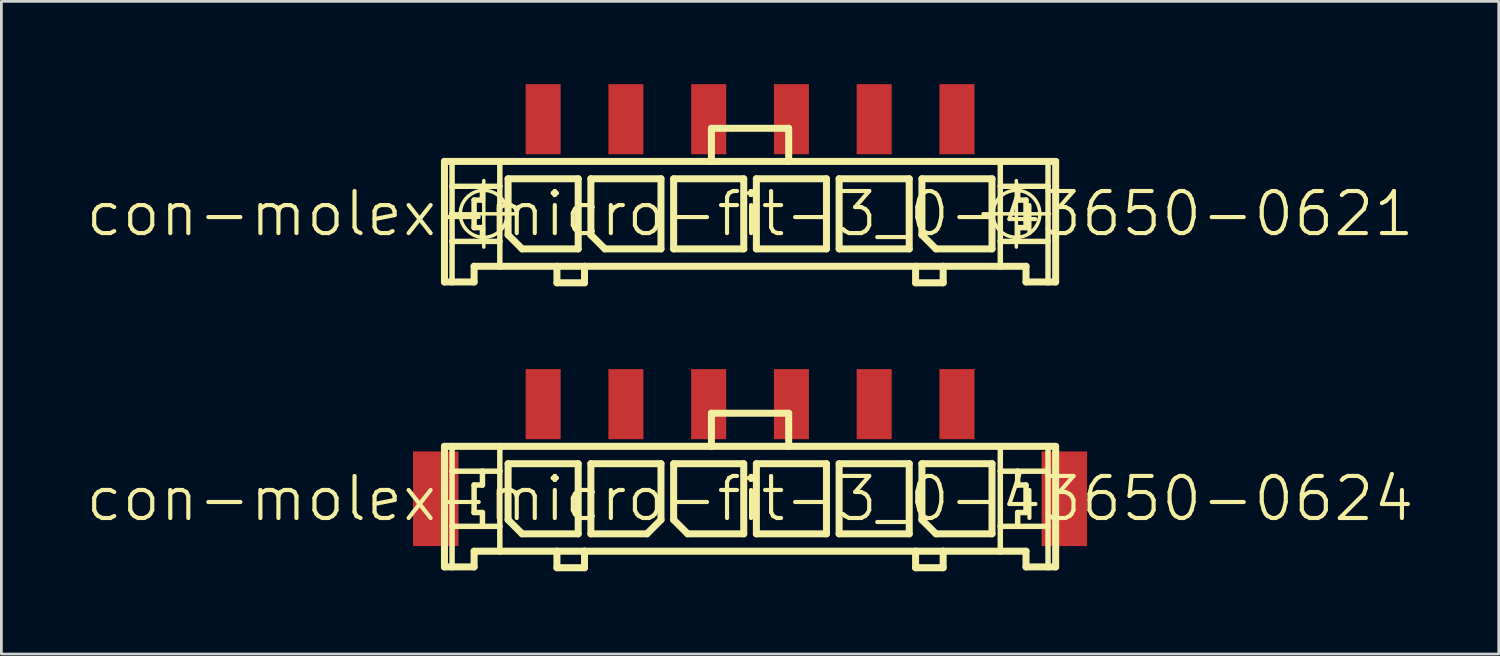
<source format=kicad_pcb>
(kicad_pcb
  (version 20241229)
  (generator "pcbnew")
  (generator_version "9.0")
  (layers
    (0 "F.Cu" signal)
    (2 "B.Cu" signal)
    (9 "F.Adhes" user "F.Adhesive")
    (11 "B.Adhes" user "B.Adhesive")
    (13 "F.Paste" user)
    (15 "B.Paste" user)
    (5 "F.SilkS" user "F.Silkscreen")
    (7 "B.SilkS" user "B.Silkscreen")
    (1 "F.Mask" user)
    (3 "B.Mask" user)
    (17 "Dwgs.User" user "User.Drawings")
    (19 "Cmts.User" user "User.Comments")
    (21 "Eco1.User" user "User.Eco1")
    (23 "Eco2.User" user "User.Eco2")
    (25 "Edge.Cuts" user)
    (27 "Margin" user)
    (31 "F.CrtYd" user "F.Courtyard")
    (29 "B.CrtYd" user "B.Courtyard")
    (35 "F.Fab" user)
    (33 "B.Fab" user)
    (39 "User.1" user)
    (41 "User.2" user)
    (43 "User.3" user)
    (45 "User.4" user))
  (footprint "con-molex-micro-fit-3_0-43650-0624"
    (layer "F.Cu")
    (at 24.13 15.024)
    (property "Reference" "con-molex-micro-fit-3_0-43650-0624" (at 0 0 0) (layer "F.SilkS") (effects (font (size 1.524 1.524) (thickness 0.15))))
    (attr smd)
    (fp_line (start -11.074 -1.9) (end -10.798 -1.9) (stroke (width 0.254) (type solid)) (layer "F.SilkS"))
    (fp_line (start -11.074 2.469) (end -11.074 -1.9) (stroke (width 0.254) (type solid)) (layer "F.SilkS"))
    (fp_line (start -10.798 -1.9) (end -9.068 -1.9) (stroke (width 0.254) (type solid)) (layer "F.SilkS"))
    (fp_line (start -10.798 -0.998) (end -10.798 -1.9) (stroke (width 0.198) (type solid)) (layer "F.SilkS"))
    (fp_line (start -10.798 0.998) (end -10.798 -0.998) (stroke (width 0.198) (type solid)) (layer "F.SilkS"))
    (fp_line (start -10.798 2.469) (end -11.074 2.469) (stroke (width 0.254) (type solid)) (layer "F.SilkS"))
    (fp_line (start -10.798 2.469) (end -10.798 0.998) (stroke (width 0.198) (type solid)) (layer "F.SilkS"))
    (fp_line (start -10 -0.498) (end -10 0.498) (stroke (width 0.198) (type solid)) (layer "F.SilkS"))
    (fp_line (start -10 0.498) (end -9.698 0.498) (stroke (width 0.198) (type solid)) (layer "F.SilkS"))
    (fp_line (start -10 1.9) (end -10 2.469) (stroke (width 0.254) (type solid)) (layer "F.SilkS"))
    (fp_line (start -10 2.469) (end -10.798 2.469) (stroke (width 0.254) (type solid)) (layer "F.SilkS"))
    (fp_line (start -9.698 -0.998) (end -10.798 -0.998) (stroke (width 0.198) (type solid)) (layer "F.SilkS"))
    (fp_line (start -9.698 -0.998) (end -9.698 -0.498) (stroke (width 0.198) (type solid)) (layer "F.SilkS"))
    (fp_line (start -9.698 -0.498) (end -10 -0.498) (stroke (width 0.198) (type solid)) (layer "F.SilkS"))
    (fp_line (start -9.698 0.498) (end -9.698 0.998) (stroke (width 0.198) (type solid)) (layer "F.SilkS"))
    (fp_line (start -9.698 0.998) (end -10.798 0.998) (stroke (width 0.198) (type solid)) (layer "F.SilkS"))
    (fp_line (start -9.068 -1.9) (end -1.4 -1.9) (stroke (width 0.254) (type solid)) (layer "F.SilkS"))
    (fp_line (start -9.068 -0.998) (end -9.698 -0.998) (stroke (width 0.198) (type solid)) (layer "F.SilkS"))
    (fp_line (start -9.068 -0.998) (end -9.068 -1.9) (stroke (width 0.198) (type solid)) (layer "F.SilkS"))
    (fp_line (start -9.068 0.998) (end -9.698 0.998) (stroke (width 0.198) (type solid)) (layer "F.SilkS"))
    (fp_line (start -9.068 0.998) (end -9.068 -0.998) (stroke (width 0.198) (type solid)) (layer "F.SilkS"))
    (fp_line (start -9.068 1.9) (end -10 1.9) (stroke (width 0.254) (type solid)) (layer "F.SilkS"))
    (fp_line (start -9.068 1.9) (end -9.068 0.998) (stroke (width 0.198) (type solid)) (layer "F.SilkS"))
    (fp_line (start -8.768 -1.27) (end -6.228 -1.27) (stroke (width 0.254) (type solid)) (layer "F.SilkS"))
    (fp_line (start -8.768 0.762) (end -8.768 -1.27) (stroke (width 0.254) (type solid)) (layer "F.SilkS"))
    (fp_line (start -8.26 1.27) (end -8.768 0.762) (stroke (width 0.254) (type solid)) (layer "F.SilkS"))
    (fp_line (start -6.998 1.9) (end -9.068 1.9) (stroke (width 0.254) (type solid)) (layer "F.SilkS"))
    (fp_line (start -6.998 1.9) (end -6.998 2.499) (stroke (width 0.254) (type solid)) (layer "F.SilkS"))
    (fp_line (start -6.998 2.499) (end -5.999 2.499) (stroke (width 0.254) (type solid)) (layer "F.SilkS"))
    (fp_line (start -6.228 -1.27) (end -6.228 1.27) (stroke (width 0.254) (type solid)) (layer "F.SilkS"))
    (fp_line (start -6.228 1.27) (end -8.26 1.27) (stroke (width 0.254) (type solid)) (layer "F.SilkS"))
    (fp_line (start -5.999 1.9) (end -6.998 1.9) (stroke (width 0.254) (type solid)) (layer "F.SilkS"))
    (fp_line (start -5.999 2.499) (end -5.999 1.9) (stroke (width 0.254) (type solid)) (layer "F.SilkS"))
    (fp_line (start -5.768 -1.27) (end -5.768 1.27) (stroke (width 0.254) (type solid)) (layer "F.SilkS"))
    (fp_line (start -5.768 1.27) (end -3.736 1.27) (stroke (width 0.254) (type solid)) (layer "F.SilkS"))
    (fp_line (start -3.736 1.27) (end -3.228 0.762) (stroke (width 0.254) (type solid)) (layer "F.SilkS"))
    (fp_line (start -3.228 -1.27) (end -5.768 -1.27) (stroke (width 0.254) (type solid)) (layer "F.SilkS"))
    (fp_line (start -3.228 0.762) (end -3.228 -1.27) (stroke (width 0.254) (type solid)) (layer "F.SilkS"))
    (fp_line (start -2.769 -1.27) (end -0.229 -1.27) (stroke (width 0.254) (type solid)) (layer "F.SilkS"))
    (fp_line (start -2.769 0.762) (end -2.769 -1.27) (stroke (width 0.254) (type solid)) (layer "F.SilkS"))
    (fp_line (start -2.261 1.27) (end -2.769 0.762) (stroke (width 0.254) (type solid)) (layer "F.SilkS"))
    (fp_line (start -1.4 -3.099) (end -1.4 -1.9) (stroke (width 0.254) (type solid)) (layer "F.SilkS"))
    (fp_line (start -1.4 -3.099) (end 1.4 -3.099) (stroke (width 0.254) (type solid)) (layer "F.SilkS"))
    (fp_line (start -1.4 -1.9) (end 1.4 -1.9) (stroke (width 0.254) (type solid)) (layer "F.SilkS"))
    (fp_line (start -0.229 -1.27) (end -0.229 1.27) (stroke (width 0.254) (type solid)) (layer "F.SilkS"))
    (fp_line (start -0.229 1.27) (end -2.261 1.27) (stroke (width 0.254) (type solid)) (layer "F.SilkS"))
    (fp_line (start 0.229 -1.27) (end 2.769 -1.27) (stroke (width 0.254) (type solid)) (layer "F.SilkS"))
    (fp_line (start 0.229 1.27) (end 0.229 -1.27) (stroke (width 0.254) (type solid)) (layer "F.SilkS"))
    (fp_line (start 1.4 -3.099) (end 1.4 -1.9) (stroke (width 0.254) (type solid)) (layer "F.SilkS"))
    (fp_line (start 1.4 -1.9) (end 9.068 -1.9) (stroke (width 0.254) (type solid)) (layer "F.SilkS"))
    (fp_line (start 2.769 -1.27) (end 2.769 1.27) (stroke (width 0.254) (type solid)) (layer "F.SilkS"))
    (fp_line (start 2.769 1.27) (end 0.229 1.27) (stroke (width 0.254) (type solid)) (layer "F.SilkS"))
    (fp_line (start 3.228 -1.27) (end 5.768 -1.27) (stroke (width 0.254) (type solid)) (layer "F.SilkS"))
    (fp_line (start 3.228 1.27) (end 3.228 -1.27) (stroke (width 0.254) (type solid)) (layer "F.SilkS"))
    (fp_line (start 5.768 -1.27) (end 5.768 1.27) (stroke (width 0.254) (type solid)) (layer "F.SilkS"))
    (fp_line (start 5.768 1.27) (end 3.228 1.27) (stroke (width 0.254) (type solid)) (layer "F.SilkS"))
    (fp_line (start 5.999 1.9) (end -5.999 1.9) (stroke (width 0.254) (type solid)) (layer "F.SilkS"))
    (fp_line (start 5.999 1.9) (end 5.999 2.499) (stroke (width 0.254) (type solid)) (layer "F.SilkS"))
    (fp_line (start 5.999 2.499) (end 6.998 2.499) (stroke (width 0.254) (type solid)) (layer "F.SilkS"))
    (fp_line (start 6.228 -1.27) (end 8.768 -1.27) (stroke (width 0.254) (type solid)) (layer "F.SilkS"))
    (fp_line (start 6.228 0.762) (end 6.228 -1.27) (stroke (width 0.254) (type solid)) (layer "F.SilkS"))
    (fp_line (start 6.736 1.27) (end 6.228 0.762) (stroke (width 0.254) (type solid)) (layer "F.SilkS"))
    (fp_line (start 6.998 1.9) (end 5.999 1.9) (stroke (width 0.254) (type solid)) (layer "F.SilkS"))
    (fp_line (start 6.998 2.499) (end 6.998 1.9) (stroke (width 0.254) (type solid)) (layer "F.SilkS"))
    (fp_line (start 8.768 -1.27) (end 8.768 1.27) (stroke (width 0.254) (type solid)) (layer "F.SilkS"))
    (fp_line (start 8.768 1.27) (end 6.736 1.27) (stroke (width 0.254) (type solid)) (layer "F.SilkS"))
    (fp_line (start 9.068 -1.9) (end 9.068 -0.998) (stroke (width 0.198) (type solid)) (layer "F.SilkS"))
    (fp_line (start 9.068 -1.9) (end 10.798 -1.9) (stroke (width 0.254) (type solid)) (layer "F.SilkS"))
    (fp_line (start 9.068 -0.998) (end 9.068 0.998) (stroke (width 0.198) (type solid)) (layer "F.SilkS"))
    (fp_line (start 9.068 -0.998) (end 9.698 -0.998) (stroke (width 0.198) (type solid)) (layer "F.SilkS"))
    (fp_line (start 9.068 0.998) (end 9.068 1.9) (stroke (width 0.198) (type solid)) (layer "F.SilkS"))
    (fp_line (start 9.068 0.998) (end 9.698 0.998) (stroke (width 0.198) (type solid)) (layer "F.SilkS"))
    (fp_line (start 9.068 1.9) (end 6.998 1.9) (stroke (width 0.254) (type solid)) (layer "F.SilkS"))
    (fp_line (start 9.698 -0.998) (end 9.698 -0.498) (stroke (width 0.198) (type solid)) (layer "F.SilkS"))
    (fp_line (start 9.698 -0.998) (end 10.798 -0.998) (stroke (width 0.198) (type solid)) (layer "F.SilkS"))
    (fp_line (start 9.698 -0.498) (end 10 -0.498) (stroke (width 0.198) (type solid)) (layer "F.SilkS"))
    (fp_line (start 9.698 0.498) (end 9.698 0.998) (stroke (width 0.198) (type solid)) (layer "F.SilkS"))
    (fp_line (start 9.698 0.998) (end 10.798 0.998) (stroke (width 0.198) (type solid)) (layer "F.SilkS"))
    (fp_line (start 10 -0.498) (end 10 0.498) (stroke (width 0.198) (type solid)) (layer "F.SilkS"))
    (fp_line (start 10 0.498) (end 9.698 0.498) (stroke (width 0.198) (type solid)) (layer "F.SilkS"))
    (fp_line (start 10 1.9) (end 9.068 1.9) (stroke (width 0.254) (type solid)) (layer "F.SilkS"))
    (fp_line (start 10 2.469) (end 10 1.9) (stroke (width 0.254) (type solid)) (layer "F.SilkS"))
    (fp_line (start 10 2.469) (end 10.798 2.469) (stroke (width 0.254) (type solid)) (layer "F.SilkS"))
    (fp_line (start 10.798 -1.9) (end 11.074 -1.9) (stroke (width 0.254) (type solid)) (layer "F.SilkS"))
    (fp_line (start 10.798 -0.998) (end 10.798 -1.9) (stroke (width 0.198) (type solid)) (layer "F.SilkS"))
    (fp_line (start 10.798 0.998) (end 10.798 -0.998) (stroke (width 0.198) (type solid)) (layer "F.SilkS"))
    (fp_line (start 10.798 2.469) (end 10.798 0.998) (stroke (width 0.198) (type solid)) (layer "F.SilkS"))
    (fp_line (start 10.798 2.469) (end 11.074 2.469) (stroke (width 0.254) (type solid)) (layer "F.SilkS"))
    (fp_line (start 11.074 -1.9) (end 11.074 2.469) (stroke (width 0.254) (type solid)) (layer "F.SilkS"))
    (pad "P$1" smd rect (at 7.498 -3.429) (size 1.27 2.54) (layers "F.Cu" "F.Mask" "F.Paste"))
    (pad "P$2" smd rect (at 4.498 -3.429) (size 1.27 2.54) (layers "F.Cu" "F.Mask" "F.Paste"))
    (pad "P$3" smd rect (at 1.499 -3.429) (size 1.27 2.54) (layers "F.Cu" "F.Mask" "F.Paste"))
    (pad "P$4" smd rect (at -1.499 -3.429) (size 1.27 2.54) (layers "F.Cu" "F.Mask" "F.Paste"))
    (pad "P$5" smd rect (at -4.498 -3.429) (size 1.27 2.54) (layers "F.Cu" "F.Mask" "F.Paste"))
    (pad "P$6" smd rect (at -7.498 -3.429) (size 1.27 2.54) (layers "F.Cu" "F.Mask" "F.Paste"))
    (pad "TAB1" smd rect (at 11.389 0) (size 1.648 3.429) (layers "F.Cu" "F.Mask" "F.Paste"))
    (pad "TAB2" smd rect (at -11.389 0) (size 1.648 3.429) (layers "F.Cu" "F.Mask" "F.Paste")))
  (footprint "con-molex-micro-fit-3_0-43650-0621"
    (layer "F.Cu")
    (at 24.13 4.699)
    (property "Reference" "con-molex-micro-fit-3_0-43650-0621" (at 0 0 0) (layer "F.SilkS") (effects (font (size 1.524 1.524) (thickness 0.15))))
    (attr smd)
    (fp_line (start -11.074 -1.9) (end -10.798 -1.9) (stroke (width 0.254) (type solid)) (layer "F.SilkS"))
    (fp_line (start -11.074 2.469) (end -11.074 -1.9) (stroke (width 0.254) (type solid)) (layer "F.SilkS"))
    (fp_line (start -10.853 0) (end -8.443 0) (stroke (width 0.127) (type solid)) (layer "F.SilkS"))
    (fp_line (start -10.798 -1.9) (end -9.068 -1.9) (stroke (width 0.254) (type solid)) (layer "F.SilkS"))
    (fp_line (start -10.798 -0.998) (end -10.798 -1.9) (stroke (width 0.198) (type solid)) (layer "F.SilkS"))
    (fp_line (start -10.798 0.998) (end -10.798 -0.998) (stroke (width 0.198) (type solid)) (layer "F.SilkS"))
    (fp_line (start -10.798 2.469) (end -11.074 2.469) (stroke (width 0.254) (type solid)) (layer "F.SilkS"))
    (fp_line (start -10.798 2.469) (end -10.798 0.998) (stroke (width 0.198) (type solid)) (layer "F.SilkS"))
    (fp_line (start -10 -0.498) (end -10 0.498) (stroke (width 0.198) (type solid)) (layer "F.SilkS"))
    (fp_line (start -10 0.498) (end -9.698 0.498) (stroke (width 0.198) (type solid)) (layer "F.SilkS"))
    (fp_line (start -10 1.9) (end -10 2.469) (stroke (width 0.254) (type solid)) (layer "F.SilkS"))
    (fp_line (start -10 2.469) (end -10.798 2.469) (stroke (width 0.254) (type solid)) (layer "F.SilkS"))
    (fp_line (start -9.698 -0.998) (end -10.798 -0.998) (stroke (width 0.198) (type solid)) (layer "F.SilkS"))
    (fp_line (start -9.698 -0.998) (end -9.698 -0.498) (stroke (width 0.198) (type solid)) (layer "F.SilkS"))
    (fp_line (start -9.698 -0.498) (end -10 -0.498) (stroke (width 0.198) (type solid)) (layer "F.SilkS"))
    (fp_line (start -9.698 0.498) (end -9.698 0.998) (stroke (width 0.198) (type solid)) (layer "F.SilkS"))
    (fp_line (start -9.698 0.998) (end -10.798 0.998) (stroke (width 0.198) (type solid)) (layer "F.SilkS"))
    (fp_line (start -9.649 1.204) (end -9.649 -1.204) (stroke (width 0.127) (type solid)) (layer "F.SilkS"))
    (fp_line (start -9.068 -1.9) (end -1.4 -1.9) (stroke (width 0.254) (type solid)) (layer "F.SilkS"))
    (fp_line (start -9.068 -0.998) (end -9.698 -0.998) (stroke (width 0.198) (type solid)) (layer "F.SilkS"))
    (fp_line (start -9.068 -0.998) (end -9.068 -1.9) (stroke (width 0.198) (type solid)) (layer "F.SilkS"))
    (fp_line (start -9.068 0.998) (end -9.698 0.998) (stroke (width 0.198) (type solid)) (layer "F.SilkS"))
    (fp_line (start -9.068 0.998) (end -9.068 -0.998) (stroke (width 0.198) (type solid)) (layer "F.SilkS"))
    (fp_line (start -9.068 1.9) (end -10 1.9) (stroke (width 0.254) (type solid)) (layer "F.SilkS"))
    (fp_line (start -9.068 1.9) (end -9.068 0.998) (stroke (width 0.198) (type solid)) (layer "F.SilkS"))
    (fp_line (start -8.768 -1.27) (end -6.228 -1.27) (stroke (width 0.254) (type solid)) (layer "F.SilkS"))
    (fp_line (start -8.768 0.762) (end -8.768 -1.27) (stroke (width 0.254) (type solid)) (layer "F.SilkS"))
    (fp_line (start -8.26 1.27) (end -8.768 0.762) (stroke (width 0.254) (type solid)) (layer "F.SilkS"))
    (fp_line (start -6.998 1.9) (end -9.068 1.9) (stroke (width 0.254) (type solid)) (layer "F.SilkS"))
    (fp_line (start -6.998 1.9) (end -6.998 2.499) (stroke (width 0.254) (type solid)) (layer "F.SilkS"))
    (fp_line (start -6.998 2.499) (end -5.999 2.499) (stroke (width 0.254) (type solid)) (layer "F.SilkS"))
    (fp_line (start -6.228 -1.27) (end -6.228 1.27) (stroke (width 0.254) (type solid)) (layer "F.SilkS"))
    (fp_line (start -6.228 1.27) (end -8.26 1.27) (stroke (width 0.254) (type solid)) (layer "F.SilkS"))
    (fp_line (start -5.999 1.9) (end -6.998 1.9) (stroke (width 0.254) (type solid)) (layer "F.SilkS"))
    (fp_line (start -5.999 2.499) (end -5.999 1.9) (stroke (width 0.254) (type solid)) (layer "F.SilkS"))
    (fp_line (start -5.768 -1.27) (end -3.228 -1.27) (stroke (width 0.254) (type solid)) (layer "F.SilkS"))
    (fp_line (start -5.768 0.762) (end -5.768 -1.27) (stroke (width 0.254) (type solid)) (layer "F.SilkS"))
    (fp_line (start -5.26 1.27) (end -5.768 0.762) (stroke (width 0.254) (type solid)) (layer "F.SilkS"))
    (fp_line (start -3.228 -1.27) (end -3.228 1.27) (stroke (width 0.254) (type solid)) (layer "F.SilkS"))
    (fp_line (start -3.228 1.27) (end -5.26 1.27) (stroke (width 0.254) (type solid)) (layer "F.SilkS"))
    (fp_line (start -2.769 -1.27) (end -0.229 -1.27) (stroke (width 0.254) (type solid)) (layer "F.SilkS"))
    (fp_line (start -2.769 1.27) (end -2.769 -1.27) (stroke (width 0.254) (type solid)) (layer "F.SilkS"))
    (fp_line (start -1.4 -3.099) (end -1.4 -1.9) (stroke (width 0.254) (type solid)) (layer "F.SilkS"))
    (fp_line (start -1.4 -3.099) (end 1.4 -3.099) (stroke (width 0.254) (type solid)) (layer "F.SilkS"))
    (fp_line (start -1.4 -1.9) (end 1.4 -1.9) (stroke (width 0.254) (type solid)) (layer "F.SilkS"))
    (fp_line (start -0.229 -1.27) (end -0.229 1.27) (stroke (width 0.254) (type solid)) (layer "F.SilkS"))
    (fp_line (start -0.229 1.27) (end -2.769 1.27) (stroke (width 0.254) (type solid)) (layer "F.SilkS"))
    (fp_line (start 0.229 -1.27) (end 2.769 -1.27) (stroke (width 0.254) (type solid)) (layer "F.SilkS"))
    (fp_line (start 0.229 1.27) (end 0.229 -1.27) (stroke (width 0.254) (type solid)) (layer "F.SilkS"))
    (fp_line (start 1.4 -3.099) (end 1.4 -1.9) (stroke (width 0.254) (type solid)) (layer "F.SilkS"))
    (fp_line (start 1.4 -1.9) (end 9.068 -1.9) (stroke (width 0.254) (type solid)) (layer "F.SilkS"))
    (fp_line (start 2.769 -1.27) (end 2.769 1.27) (stroke (width 0.254) (type solid)) (layer "F.SilkS"))
    (fp_line (start 2.769 1.27) (end 0.229 1.27) (stroke (width 0.254) (type solid)) (layer "F.SilkS"))
    (fp_line (start 3.228 -1.27) (end 5.768 -1.27) (stroke (width 0.254) (type solid)) (layer "F.SilkS"))
    (fp_line (start 3.228 1.27) (end 3.228 -1.27) (stroke (width 0.254) (type solid)) (layer "F.SilkS"))
    (fp_line (start 5.768 -1.27) (end 5.768 1.27) (stroke (width 0.254) (type solid)) (layer "F.SilkS"))
    (fp_line (start 5.768 1.27) (end 3.228 1.27) (stroke (width 0.254) (type solid)) (layer "F.SilkS"))
    (fp_line (start 5.999 1.9) (end -5.999 1.9) (stroke (width 0.254) (type solid)) (layer "F.SilkS"))
    (fp_line (start 5.999 1.9) (end 5.999 2.499) (stroke (width 0.254) (type solid)) (layer "F.SilkS"))
    (fp_line (start 5.999 2.499) (end 6.998 2.499) (stroke (width 0.254) (type solid)) (layer "F.SilkS"))
    (fp_line (start 6.228 -1.27) (end 8.768 -1.27) (stroke (width 0.254) (type solid)) (layer "F.SilkS"))
    (fp_line (start 6.228 0.762) (end 6.228 -1.27) (stroke (width 0.254) (type solid)) (layer "F.SilkS"))
    (fp_line (start 6.736 1.27) (end 6.228 0.762) (stroke (width 0.254) (type solid)) (layer "F.SilkS"))
    (fp_line (start 6.998 1.9) (end 5.999 1.9) (stroke (width 0.254) (type solid)) (layer "F.SilkS"))
    (fp_line (start 6.998 2.499) (end 6.998 1.9) (stroke (width 0.254) (type solid)) (layer "F.SilkS"))
    (fp_line (start 8.443 0) (end 10.853 0) (stroke (width 0.127) (type solid)) (layer "F.SilkS"))
    (fp_line (start 8.768 -1.27) (end 8.768 1.27) (stroke (width 0.254) (type solid)) (layer "F.SilkS"))
    (fp_line (start 8.768 1.27) (end 6.736 1.27) (stroke (width 0.254) (type solid)) (layer "F.SilkS"))
    (fp_line (start 9.068 -1.9) (end 9.068 -0.998) (stroke (width 0.198) (type solid)) (layer "F.SilkS"))
    (fp_line (start 9.068 -1.9) (end 10.798 -1.9) (stroke (width 0.254) (type solid)) (layer "F.SilkS"))
    (fp_line (start 9.068 -0.998) (end 9.068 0.998) (stroke (width 0.198) (type solid)) (layer "F.SilkS"))
    (fp_line (start 9.068 -0.998) (end 9.698 -0.998) (stroke (width 0.198) (type solid)) (layer "F.SilkS"))
    (fp_line (start 9.068 0.998) (end 9.068 1.9) (stroke (width 0.198) (type solid)) (layer "F.SilkS"))
    (fp_line (start 9.068 0.998) (end 9.698 0.998) (stroke (width 0.198) (type solid)) (layer "F.SilkS"))
    (fp_line (start 9.068 1.9) (end 6.998 1.9) (stroke (width 0.254) (type solid)) (layer "F.SilkS"))
    (fp_line (start 9.649 1.204) (end 9.649 -1.204) (stroke (width 0.127) (type solid)) (layer "F.SilkS"))
    (fp_line (start 9.698 -0.998) (end 9.698 -0.498) (stroke (width 0.198) (type solid)) (layer "F.SilkS"))
    (fp_line (start 9.698 -0.998) (end 10.798 -0.998) (stroke (width 0.198) (type solid)) (layer "F.SilkS"))
    (fp_line (start 9.698 -0.498) (end 10 -0.498) (stroke (width 0.198) (type solid)) (layer "F.SilkS"))
    (fp_line (start 9.698 0.498) (end 9.698 0.998) (stroke (width 0.198) (type solid)) (layer "F.SilkS"))
    (fp_line (start 9.698 0.998) (end 10.798 0.998) (stroke (width 0.198) (type solid)) (layer "F.SilkS"))
    (fp_line (start 10 -0.498) (end 10 0.498) (stroke (width 0.198) (type solid)) (layer "F.SilkS"))
    (fp_line (start 10 0.498) (end 9.698 0.498) (stroke (width 0.198) (type solid)) (layer "F.SilkS"))
    (fp_line (start 10 1.9) (end 9.068 1.9) (stroke (width 0.254) (type solid)) (layer "F.SilkS"))
    (fp_line (start 10 2.469) (end 10 1.9) (stroke (width 0.254) (type solid)) (layer "F.SilkS"))
    (fp_line (start 10 2.469) (end 10.798 2.469) (stroke (width 0.254) (type solid)) (layer "F.SilkS"))
    (fp_line (start 10.798 -1.9) (end 11.074 -1.9) (stroke (width 0.254) (type solid)) (layer "F.SilkS"))
    (fp_line (start 10.798 -0.998) (end 10.798 -1.9) (stroke (width 0.198) (type solid)) (layer "F.SilkS"))
    (fp_line (start 10.798 0.998) (end 10.798 -0.998) (stroke (width 0.198) (type solid)) (layer "F.SilkS"))
    (fp_line (start 10.798 2.469) (end 10.798 0.998) (stroke (width 0.198) (type solid)) (layer "F.SilkS"))
    (fp_line (start 10.798 2.469) (end 11.074 2.469) (stroke (width 0.254) (type solid)) (layer "F.SilkS"))
    (fp_line (start 11.074 -1.9) (end 11.074 2.469) (stroke (width 0.254) (type solid)) (layer "F.SilkS"))
    (fp_circle (center -9.649 0) (end -10.251 0.602) (stroke (width 0.127) (type solid)) (fill no) (layer "F.SilkS"))
    (fp_circle (center 9.649 0) (end 10.251 0.602) (stroke (width 0.127) (type solid)) (fill no) (layer "F.SilkS"))
    (pad "P$1" smd rect (at 7.498 -3.429) (size 1.27 2.54) (layers "F.Cu" "F.Mask" "F.Paste"))
    (pad "P$2" smd rect (at 4.498 -3.429) (size 1.27 2.54) (layers "F.Cu" "F.Mask" "F.Paste"))
    (pad "P$3" smd rect (at 1.499 -3.429) (size 1.27 2.54) (layers "F.Cu" "F.Mask" "F.Paste"))
    (pad "P$4" smd rect (at -1.499 -3.429) (size 1.27 2.54) (layers "F.Cu" "F.Mask" "F.Paste"))
    (pad "P$5" smd rect (at -4.498 -3.429) (size 1.27 2.54) (layers "F.Cu" "F.Mask" "F.Paste"))
    (pad "P$6" smd rect (at -7.498 -3.429) (size 1.27 2.54) (layers "F.Cu" "F.Mask" "F.Paste")))
  (gr_rect
    (start -3 -3)
    (end 51.26 20.651)
    (stroke (width 0.1) (type default))
    (fill no)
    (layer "Edge.Cuts")))
</source>
